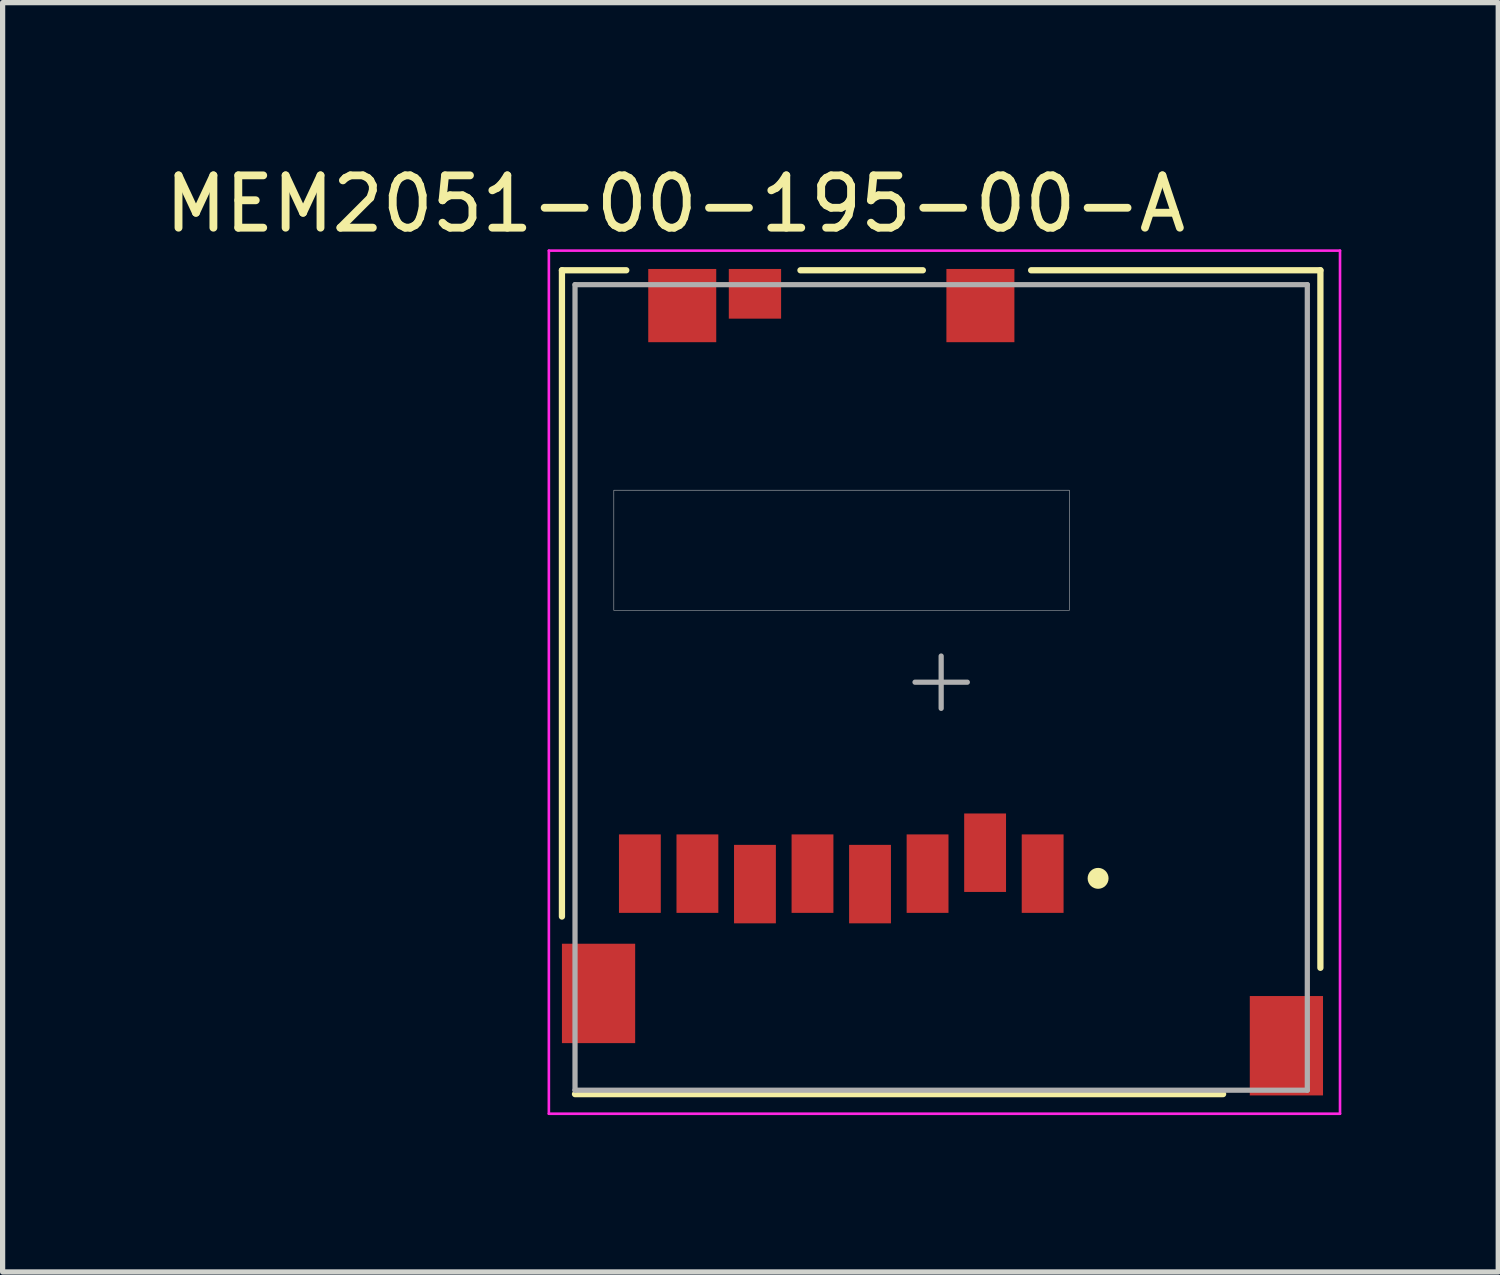
<source format=kicad_pcb>
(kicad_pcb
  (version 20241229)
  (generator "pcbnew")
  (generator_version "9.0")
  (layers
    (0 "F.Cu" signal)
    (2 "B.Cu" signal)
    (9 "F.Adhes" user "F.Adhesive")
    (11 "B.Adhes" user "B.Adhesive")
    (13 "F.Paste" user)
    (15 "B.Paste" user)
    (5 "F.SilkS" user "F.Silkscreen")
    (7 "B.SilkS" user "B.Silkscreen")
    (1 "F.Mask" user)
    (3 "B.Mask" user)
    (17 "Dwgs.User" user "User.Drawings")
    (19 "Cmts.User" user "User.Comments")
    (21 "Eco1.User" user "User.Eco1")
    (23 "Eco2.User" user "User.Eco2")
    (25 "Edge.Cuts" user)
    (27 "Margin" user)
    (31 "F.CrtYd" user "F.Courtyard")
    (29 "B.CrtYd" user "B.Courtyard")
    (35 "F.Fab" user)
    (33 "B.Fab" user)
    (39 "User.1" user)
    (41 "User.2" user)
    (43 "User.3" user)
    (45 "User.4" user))
  (footprint "MEM2051-00-195-00-A"
    (layer "F.Cu")
    (at 14.943 9.992)
    (property "Reference" "MEM2051-00-195-00-A" (at -5.08 -9.144 0) (layer "F.SilkS") (effects (font (size 1 1) (thickness 0.15))))
    (attr smd)
    (fp_line (start -7.25 -7.875) (end -6.02 -7.875) (stroke (width 0.12) (type solid)) (layer "F.SilkS"))
    (fp_line (start -7.25 4.48) (end -7.25 -7.875) (stroke (width 0.12) (type solid)) (layer "F.SilkS"))
    (fp_line (start -7 7.875) (end 5.39 7.875) (stroke (width 0.12) (type solid)) (layer "F.SilkS"))
    (fp_line (start -2.69 -7.875) (end -0.35 -7.875) (stroke (width 0.12) (type solid)) (layer "F.SilkS"))
    (fp_line (start 1.72 -7.875) (end 7.25 -7.875) (stroke (width 0.12) (type solid)) (layer "F.SilkS"))
    (fp_line (start 7.25 5.46) (end 7.25 -7.875) (stroke (width 0.12) (type solid)) (layer "F.SilkS"))
    (fp_circle (center 3 3.75) (end 3.1 3.75) (stroke (width 0.2) (type solid)) (fill no) (layer "F.SilkS"))
    (fp_poly (pts (xy -6.258 -3.67) (xy 2.45 -3.67) (xy 2.45 -1.372) (xy -6.258 -1.372)) (stroke (width 0.01) (type solid)) (fill no) (layer "Dwgs.User"))
    (fp_line (start -7.5 -8.25) (end 7.625 -8.25) (stroke (width 0.05) (type solid)) (layer "F.CrtYd"))
    (fp_line (start -7.5 8.25) (end -7.5 -8.25) (stroke (width 0.05) (type solid)) (layer "F.CrtYd"))
    (fp_line (start 7.625 -8.25) (end 7.625 8.25) (stroke (width 0.05) (type solid)) (layer "F.CrtYd"))
    (fp_line (start 7.625 8.25) (end -7.5 8.25) (stroke (width 0.05) (type solid)) (layer "F.CrtYd"))
    (fp_line (start -7 -7.6) (end 7 -7.6) (stroke (width 0.1) (type solid)) (layer "F.Fab"))
    (fp_line (start -7 7.8) (end -7 -7.6) (stroke (width 0.1) (type solid)) (layer "F.Fab"))
    (fp_line (start -7 7.8) (end 7 7.8) (stroke (width 0.1) (type solid)) (layer "F.Fab"))
    (fp_line (start -0.5 0) (end 0.5 0) (stroke (width 0.1) (type solid)) (layer "F.Fab"))
    (fp_line (start 0 0.5) (end 0 -0.5) (stroke (width 0.1) (type solid)) (layer "F.Fab"))
    (fp_line (start 7 7.8) (end 7 -7.6) (stroke (width 0.1) (type solid)) (layer "F.Fab"))
    (pad "1" smd rect (at 1.94 3.66) (size 0.8 1.5) (layers "F.Cu" "F.Mask" "F.Paste"))
    (pad "2" smd rect (at 0.84 3.26) (size 0.8 1.5) (layers "F.Cu" "F.Mask" "F.Paste"))
    (pad "3" smd rect (at -0.26 3.66) (size 0.8 1.5) (layers "F.Cu" "F.Mask" "F.Paste"))
    (pad "4" smd rect (at -1.36 3.86) (size 0.8 1.5) (layers "F.Cu" "F.Mask" "F.Paste"))
    (pad "5" smd rect (at -2.46 3.66) (size 0.8 1.5) (layers "F.Cu" "F.Mask" "F.Paste"))
    (pad "6" smd rect (at -6.55 5.95) (size 1.4 1.9) (layers "F.Cu" "F.Mask" "F.Paste"))
    (pad "6" smd rect (at -4.95 -7.2) (size 1.3 1.4) (layers "F.Cu" "F.Mask" "F.Paste"))
    (pad "6" smd rect (at -3.56 3.86) (size 0.8 1.5) (layers "F.Cu" "F.Mask" "F.Paste"))
    (pad "6" smd rect (at 0.75 -7.2) (size 1.3 1.4) (layers "F.Cu" "F.Mask" "F.Paste"))
    (pad "6" smd rect (at 6.6 6.95) (size 1.4 1.9) (layers "F.Cu" "F.Mask" "F.Paste"))
    (pad "7" smd rect (at -4.66 3.66) (size 0.8 1.5) (layers "F.Cu" "F.Mask" "F.Paste"))
    (pad "8" smd rect (at -5.76 3.66) (size 0.8 1.5) (layers "F.Cu" "F.Mask" "F.Paste"))
    (pad "9" smd rect (at -3.56 -7.425) (size 1 0.95) (layers "F.Cu" "F.Mask" "F.Paste")))
  (gr_rect
    (start -3 -3)
    (end 25.593 21.267)
    (stroke (width 0.1) (type default))
    (fill no)
    (layer "Edge.Cuts")))
</source>
